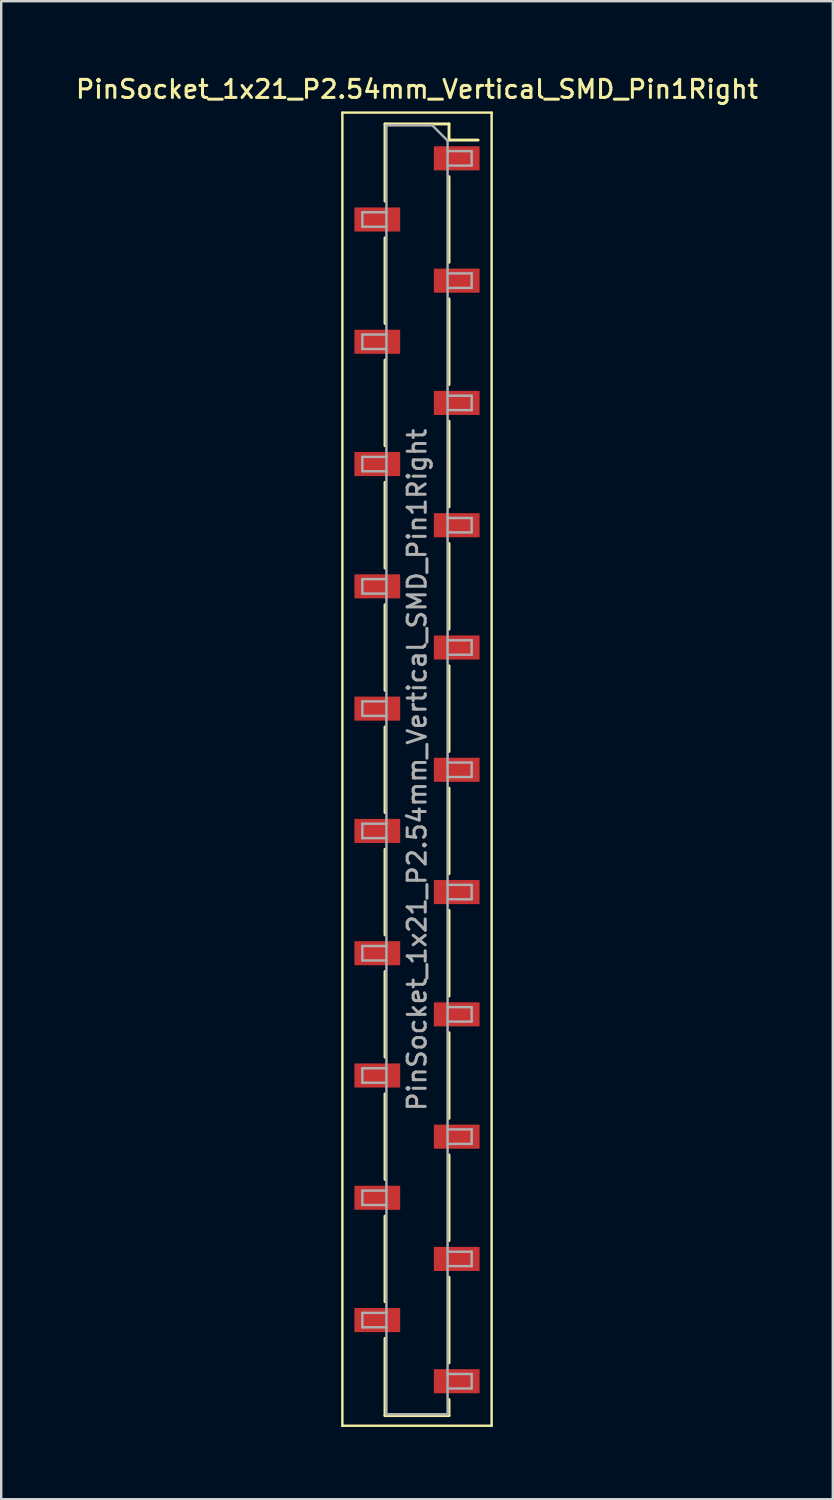
<source format=kicad_pcb>
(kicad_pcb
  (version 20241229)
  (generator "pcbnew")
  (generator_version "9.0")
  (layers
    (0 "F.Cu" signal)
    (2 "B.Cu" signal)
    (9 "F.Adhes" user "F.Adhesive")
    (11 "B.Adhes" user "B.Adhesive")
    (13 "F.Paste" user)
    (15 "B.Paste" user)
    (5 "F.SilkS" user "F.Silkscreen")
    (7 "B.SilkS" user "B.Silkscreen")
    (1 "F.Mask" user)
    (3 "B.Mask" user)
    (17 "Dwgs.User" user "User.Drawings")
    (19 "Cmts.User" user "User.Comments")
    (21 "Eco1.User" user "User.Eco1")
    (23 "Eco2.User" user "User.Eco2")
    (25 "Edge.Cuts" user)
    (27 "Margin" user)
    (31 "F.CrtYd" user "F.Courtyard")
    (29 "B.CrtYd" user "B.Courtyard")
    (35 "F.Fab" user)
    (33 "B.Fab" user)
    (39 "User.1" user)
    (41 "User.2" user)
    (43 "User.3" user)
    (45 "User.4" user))
  (footprint "PinSocket_1x21_P2.54mm_Vertical_SMD_Pin1Right"
    (layer "F.Cu")
    (at 14.273 28.928)
    (property "Reference" "PinSocket_1x21_P2.54mm_Vertical_SMD_Pin1Right" (at 0 -28.27 0) (layer "F.SilkS") (effects (font (size 0.75 0.75) (thickness 0.125))))
    (attr smd)
    (fp_line (start -3.1 -27.3) (end 3.1 -27.3) (stroke (width 0.1) (type solid)) (layer "F.SilkS"))
    (fp_line (start -3.1 27.25) (end -3.1 -27.3) (stroke (width 0.1) (type solid)) (layer "F.SilkS"))
    (fp_line (start -1.33 -26.83) (end -1.33 -23.62) (stroke (width 0.12) (type solid)) (layer "F.SilkS"))
    (fp_line (start -1.33 -26.83) (end 1.33 -26.83) (stroke (width 0.12) (type solid)) (layer "F.SilkS"))
    (fp_line (start -1.33 -22.1) (end -1.33 -18.54) (stroke (width 0.12) (type solid)) (layer "F.SilkS"))
    (fp_line (start -1.33 -17.02) (end -1.33 -13.46) (stroke (width 0.12) (type solid)) (layer "F.SilkS"))
    (fp_line (start -1.33 -11.94) (end -1.33 -8.38) (stroke (width 0.12) (type solid)) (layer "F.SilkS"))
    (fp_line (start -1.33 -6.86) (end -1.33 -3.3) (stroke (width 0.12) (type solid)) (layer "F.SilkS"))
    (fp_line (start -1.33 -1.78) (end -1.33 1.78) (stroke (width 0.12) (type solid)) (layer "F.SilkS"))
    (fp_line (start -1.33 3.3) (end -1.33 6.86) (stroke (width 0.12) (type solid)) (layer "F.SilkS"))
    (fp_line (start -1.33 8.38) (end -1.33 11.94) (stroke (width 0.12) (type solid)) (layer "F.SilkS"))
    (fp_line (start -1.33 13.46) (end -1.33 17.02) (stroke (width 0.12) (type solid)) (layer "F.SilkS"))
    (fp_line (start -1.33 18.54) (end -1.33 22.1) (stroke (width 0.12) (type solid)) (layer "F.SilkS"))
    (fp_line (start -1.33 23.62) (end -1.33 26.83) (stroke (width 0.12) (type solid)) (layer "F.SilkS"))
    (fp_line (start -1.33 26.83) (end 1.33 26.83) (stroke (width 0.12) (type solid)) (layer "F.SilkS"))
    (fp_line (start 1.33 -26.83) (end 1.33 -26.16) (stroke (width 0.12) (type solid)) (layer "F.SilkS"))
    (fp_line (start 1.33 -26.16) (end 2.54 -26.16) (stroke (width 0.12) (type solid)) (layer "F.SilkS"))
    (fp_line (start 1.33 -24.64) (end 1.33 -21.08) (stroke (width 0.12) (type solid)) (layer "F.SilkS"))
    (fp_line (start 1.33 -19.56) (end 1.33 -16) (stroke (width 0.12) (type solid)) (layer "F.SilkS"))
    (fp_line (start 1.33 -14.48) (end 1.33 -10.92) (stroke (width 0.12) (type solid)) (layer "F.SilkS"))
    (fp_line (start 1.33 -9.4) (end 1.33 -5.84) (stroke (width 0.12) (type solid)) (layer "F.SilkS"))
    (fp_line (start 1.33 -4.32) (end 1.33 -0.76) (stroke (width 0.12) (type solid)) (layer "F.SilkS"))
    (fp_line (start 1.33 0.76) (end 1.33 4.32) (stroke (width 0.12) (type solid)) (layer "F.SilkS"))
    (fp_line (start 1.33 5.84) (end 1.33 9.4) (stroke (width 0.12) (type solid)) (layer "F.SilkS"))
    (fp_line (start 1.33 10.92) (end 1.33 14.48) (stroke (width 0.12) (type solid)) (layer "F.SilkS"))
    (fp_line (start 1.33 16) (end 1.33 19.56) (stroke (width 0.12) (type solid)) (layer "F.SilkS"))
    (fp_line (start 1.33 21.08) (end 1.33 24.64) (stroke (width 0.12) (type solid)) (layer "F.SilkS"))
    (fp_line (start 1.33 26.16) (end 1.33 26.83) (stroke (width 0.12) (type solid)) (layer "F.SilkS"))
    (fp_line (start 3.1 -27.3) (end 3.1 27.25) (stroke (width 0.1) (type solid)) (layer "F.SilkS"))
    (fp_line (start 3.1 27.25) (end -3.1 27.25) (stroke (width 0.1) (type solid)) (layer "F.SilkS"))
    (fp_line (start -2.27 -23.16) (end -1.27 -23.16) (stroke (width 0.1) (type solid)) (layer "F.Fab"))
    (fp_line (start -2.27 -22.56) (end -2.27 -23.16) (stroke (width 0.1) (type solid)) (layer "F.Fab"))
    (fp_line (start -2.27 -18.08) (end -1.27 -18.08) (stroke (width 0.1) (type solid)) (layer "F.Fab"))
    (fp_line (start -2.27 -17.48) (end -2.27 -18.08) (stroke (width 0.1) (type solid)) (layer "F.Fab"))
    (fp_line (start -2.27 -13) (end -1.27 -13) (stroke (width 0.1) (type solid)) (layer "F.Fab"))
    (fp_line (start -2.27 -12.4) (end -2.27 -13) (stroke (width 0.1) (type solid)) (layer "F.Fab"))
    (fp_line (start -2.27 -7.92) (end -1.27 -7.92) (stroke (width 0.1) (type solid)) (layer "F.Fab"))
    (fp_line (start -2.27 -7.32) (end -2.27 -7.92) (stroke (width 0.1) (type solid)) (layer "F.Fab"))
    (fp_line (start -2.27 -2.84) (end -1.27 -2.84) (stroke (width 0.1) (type solid)) (layer "F.Fab"))
    (fp_line (start -2.27 -2.24) (end -2.27 -2.84) (stroke (width 0.1) (type solid)) (layer "F.Fab"))
    (fp_line (start -2.27 2.24) (end -1.27 2.24) (stroke (width 0.1) (type solid)) (layer "F.Fab"))
    (fp_line (start -2.27 2.84) (end -2.27 2.24) (stroke (width 0.1) (type solid)) (layer "F.Fab"))
    (fp_line (start -2.27 7.32) (end -1.27 7.32) (stroke (width 0.1) (type solid)) (layer "F.Fab"))
    (fp_line (start -2.27 7.92) (end -2.27 7.32) (stroke (width 0.1) (type solid)) (layer "F.Fab"))
    (fp_line (start -2.27 12.4) (end -1.27 12.4) (stroke (width 0.1) (type solid)) (layer "F.Fab"))
    (fp_line (start -2.27 13) (end -2.27 12.4) (stroke (width 0.1) (type solid)) (layer "F.Fab"))
    (fp_line (start -2.27 17.48) (end -1.27 17.48) (stroke (width 0.1) (type solid)) (layer "F.Fab"))
    (fp_line (start -2.27 18.08) (end -2.27 17.48) (stroke (width 0.1) (type solid)) (layer "F.Fab"))
    (fp_line (start -2.27 22.56) (end -1.27 22.56) (stroke (width 0.1) (type solid)) (layer "F.Fab"))
    (fp_line (start -2.27 23.16) (end -2.27 22.56) (stroke (width 0.1) (type solid)) (layer "F.Fab"))
    (fp_line (start -1.27 -26.77) (end 0.635 -26.77) (stroke (width 0.1) (type solid)) (layer "F.Fab"))
    (fp_line (start -1.27 -22.56) (end -2.27 -22.56) (stroke (width 0.1) (type solid)) (layer "F.Fab"))
    (fp_line (start -1.27 -17.48) (end -2.27 -17.48) (stroke (width 0.1) (type solid)) (layer "F.Fab"))
    (fp_line (start -1.27 -12.4) (end -2.27 -12.4) (stroke (width 0.1) (type solid)) (layer "F.Fab"))
    (fp_line (start -1.27 -7.32) (end -2.27 -7.32) (stroke (width 0.1) (type solid)) (layer "F.Fab"))
    (fp_line (start -1.27 -2.24) (end -2.27 -2.24) (stroke (width 0.1) (type solid)) (layer "F.Fab"))
    (fp_line (start -1.27 2.84) (end -2.27 2.84) (stroke (width 0.1) (type solid)) (layer "F.Fab"))
    (fp_line (start -1.27 7.92) (end -2.27 7.92) (stroke (width 0.1) (type solid)) (layer "F.Fab"))
    (fp_line (start -1.27 13) (end -2.27 13) (stroke (width 0.1) (type solid)) (layer "F.Fab"))
    (fp_line (start -1.27 18.08) (end -2.27 18.08) (stroke (width 0.1) (type solid)) (layer "F.Fab"))
    (fp_line (start -1.27 23.16) (end -2.27 23.16) (stroke (width 0.1) (type solid)) (layer "F.Fab"))
    (fp_line (start -1.27 26.77) (end -1.27 -26.77) (stroke (width 0.1) (type solid)) (layer "F.Fab"))
    (fp_line (start 0.635 -26.77) (end 1.27 -26.135) (stroke (width 0.1) (type solid)) (layer "F.Fab"))
    (fp_line (start 1.27 -26.135) (end 1.27 26.77) (stroke (width 0.1) (type solid)) (layer "F.Fab"))
    (fp_line (start 1.27 -25.7) (end 2.27 -25.7) (stroke (width 0.1) (type solid)) (layer "F.Fab"))
    (fp_line (start 1.27 -20.62) (end 2.27 -20.62) (stroke (width 0.1) (type solid)) (layer "F.Fab"))
    (fp_line (start 1.27 -15.54) (end 2.27 -15.54) (stroke (width 0.1) (type solid)) (layer "F.Fab"))
    (fp_line (start 1.27 -10.46) (end 2.27 -10.46) (stroke (width 0.1) (type solid)) (layer "F.Fab"))
    (fp_line (start 1.27 -5.38) (end 2.27 -5.38) (stroke (width 0.1) (type solid)) (layer "F.Fab"))
    (fp_line (start 1.27 -0.3) (end 2.27 -0.3) (stroke (width 0.1) (type solid)) (layer "F.Fab"))
    (fp_line (start 1.27 4.78) (end 2.27 4.78) (stroke (width 0.1) (type solid)) (layer "F.Fab"))
    (fp_line (start 1.27 9.86) (end 2.27 9.86) (stroke (width 0.1) (type solid)) (layer "F.Fab"))
    (fp_line (start 1.27 14.94) (end 2.27 14.94) (stroke (width 0.1) (type solid)) (layer "F.Fab"))
    (fp_line (start 1.27 20.02) (end 2.27 20.02) (stroke (width 0.1) (type solid)) (layer "F.Fab"))
    (fp_line (start 1.27 25.1) (end 2.27 25.1) (stroke (width 0.1) (type solid)) (layer "F.Fab"))
    (fp_line (start 1.27 26.77) (end -1.27 26.77) (stroke (width 0.1) (type solid)) (layer "F.Fab"))
    (fp_line (start 2.27 -25.7) (end 2.27 -25.1) (stroke (width 0.1) (type solid)) (layer "F.Fab"))
    (fp_line (start 2.27 -25.1) (end 1.27 -25.1) (stroke (width 0.1) (type solid)) (layer "F.Fab"))
    (fp_line (start 2.27 -20.62) (end 2.27 -20.02) (stroke (width 0.1) (type solid)) (layer "F.Fab"))
    (fp_line (start 2.27 -20.02) (end 1.27 -20.02) (stroke (width 0.1) (type solid)) (layer "F.Fab"))
    (fp_line (start 2.27 -15.54) (end 2.27 -14.94) (stroke (width 0.1) (type solid)) (layer "F.Fab"))
    (fp_line (start 2.27 -14.94) (end 1.27 -14.94) (stroke (width 0.1) (type solid)) (layer "F.Fab"))
    (fp_line (start 2.27 -10.46) (end 2.27 -9.86) (stroke (width 0.1) (type solid)) (layer "F.Fab"))
    (fp_line (start 2.27 -9.86) (end 1.27 -9.86) (stroke (width 0.1) (type solid)) (layer "F.Fab"))
    (fp_line (start 2.27 -5.38) (end 2.27 -4.78) (stroke (width 0.1) (type solid)) (layer "F.Fab"))
    (fp_line (start 2.27 -4.78) (end 1.27 -4.78) (stroke (width 0.1) (type solid)) (layer "F.Fab"))
    (fp_line (start 2.27 -0.3) (end 2.27 0.3) (stroke (width 0.1) (type solid)) (layer "F.Fab"))
    (fp_line (start 2.27 0.3) (end 1.27 0.3) (stroke (width 0.1) (type solid)) (layer "F.Fab"))
    (fp_line (start 2.27 4.78) (end 2.27 5.38) (stroke (width 0.1) (type solid)) (layer "F.Fab"))
    (fp_line (start 2.27 5.38) (end 1.27 5.38) (stroke (width 0.1) (type solid)) (layer "F.Fab"))
    (fp_line (start 2.27 9.86) (end 2.27 10.46) (stroke (width 0.1) (type solid)) (layer "F.Fab"))
    (fp_line (start 2.27 10.46) (end 1.27 10.46) (stroke (width 0.1) (type solid)) (layer "F.Fab"))
    (fp_line (start 2.27 14.94) (end 2.27 15.54) (stroke (width 0.1) (type solid)) (layer "F.Fab"))
    (fp_line (start 2.27 15.54) (end 1.27 15.54) (stroke (width 0.1) (type solid)) (layer "F.Fab"))
    (fp_line (start 2.27 20.02) (end 2.27 20.62) (stroke (width 0.1) (type solid)) (layer "F.Fab"))
    (fp_line (start 2.27 20.62) (end 1.27 20.62) (stroke (width 0.1) (type solid)) (layer "F.Fab"))
    (fp_line (start 2.27 25.1) (end 2.27 25.7) (stroke (width 0.1) (type solid)) (layer "F.Fab"))
    (fp_line (start 2.27 25.7) (end 1.27 25.7) (stroke (width 0.1) (type solid)) (layer "F.Fab"))
    (fp_text user "${REFERENCE}" (at 0 0 90) (layer "F.Fab") (effects (font (size 0.75 0.75) (thickness 0.125))))
    (pad "1" smd rect (at 1.65 -25.4) (size 1.9 1) (layers "F.Cu" "F.Mask" "F.Paste"))
    (pad "2" smd rect (at -1.65 -22.86) (size 1.9 1) (layers "F.Cu" "F.Mask" "F.Paste"))
    (pad "3" smd rect (at 1.65 -20.32) (size 1.9 1) (layers "F.Cu" "F.Mask" "F.Paste"))
    (pad "4" smd rect (at -1.65 -17.78) (size 1.9 1) (layers "F.Cu" "F.Mask" "F.Paste"))
    (pad "5" smd rect (at 1.65 -15.24) (size 1.9 1) (layers "F.Cu" "F.Mask" "F.Paste"))
    (pad "6" smd rect (at -1.65 -12.7) (size 1.9 1) (layers "F.Cu" "F.Mask" "F.Paste"))
    (pad "7" smd rect (at 1.65 -10.16) (size 1.9 1) (layers "F.Cu" "F.Mask" "F.Paste"))
    (pad "8" smd rect (at -1.65 -7.62) (size 1.9 1) (layers "F.Cu" "F.Mask" "F.Paste"))
    (pad "9" smd rect (at 1.65 -5.08) (size 1.9 1) (layers "F.Cu" "F.Mask" "F.Paste"))
    (pad "10" smd rect (at -1.65 -2.54) (size 1.9 1) (layers "F.Cu" "F.Mask" "F.Paste"))
    (pad "11" smd rect (at 1.65 0) (size 1.9 1) (layers "F.Cu" "F.Mask" "F.Paste"))
    (pad "12" smd rect (at -1.65 2.54) (size 1.9 1) (layers "F.Cu" "F.Mask" "F.Paste"))
    (pad "13" smd rect (at 1.65 5.08) (size 1.9 1) (layers "F.Cu" "F.Mask" "F.Paste"))
    (pad "14" smd rect (at -1.65 7.62) (size 1.9 1) (layers "F.Cu" "F.Mask" "F.Paste"))
    (pad "15" smd rect (at 1.65 10.16) (size 1.9 1) (layers "F.Cu" "F.Mask" "F.Paste"))
    (pad "16" smd rect (at -1.65 12.7) (size 1.9 1) (layers "F.Cu" "F.Mask" "F.Paste"))
    (pad "17" smd rect (at 1.65 15.24) (size 1.9 1) (layers "F.Cu" "F.Mask" "F.Paste"))
    (pad "18" smd rect (at -1.65 17.78) (size 1.9 1) (layers "F.Cu" "F.Mask" "F.Paste"))
    (pad "19" smd rect (at 1.65 20.32) (size 1.9 1) (layers "F.Cu" "F.Mask" "F.Paste"))
    (pad "20" smd rect (at -1.65 22.86) (size 1.9 1) (layers "F.Cu" "F.Mask" "F.Paste"))
    (pad "21" smd rect (at 1.65 25.4) (size 1.9 1) (layers "F.Cu" "F.Mask" "F.Paste")))
  (gr_rect
    (start -3 -3)
    (end 31.546 59.228)
    (stroke (width 0.1) (type default))
    (fill no)
    (layer "Edge.Cuts")))
</source>
